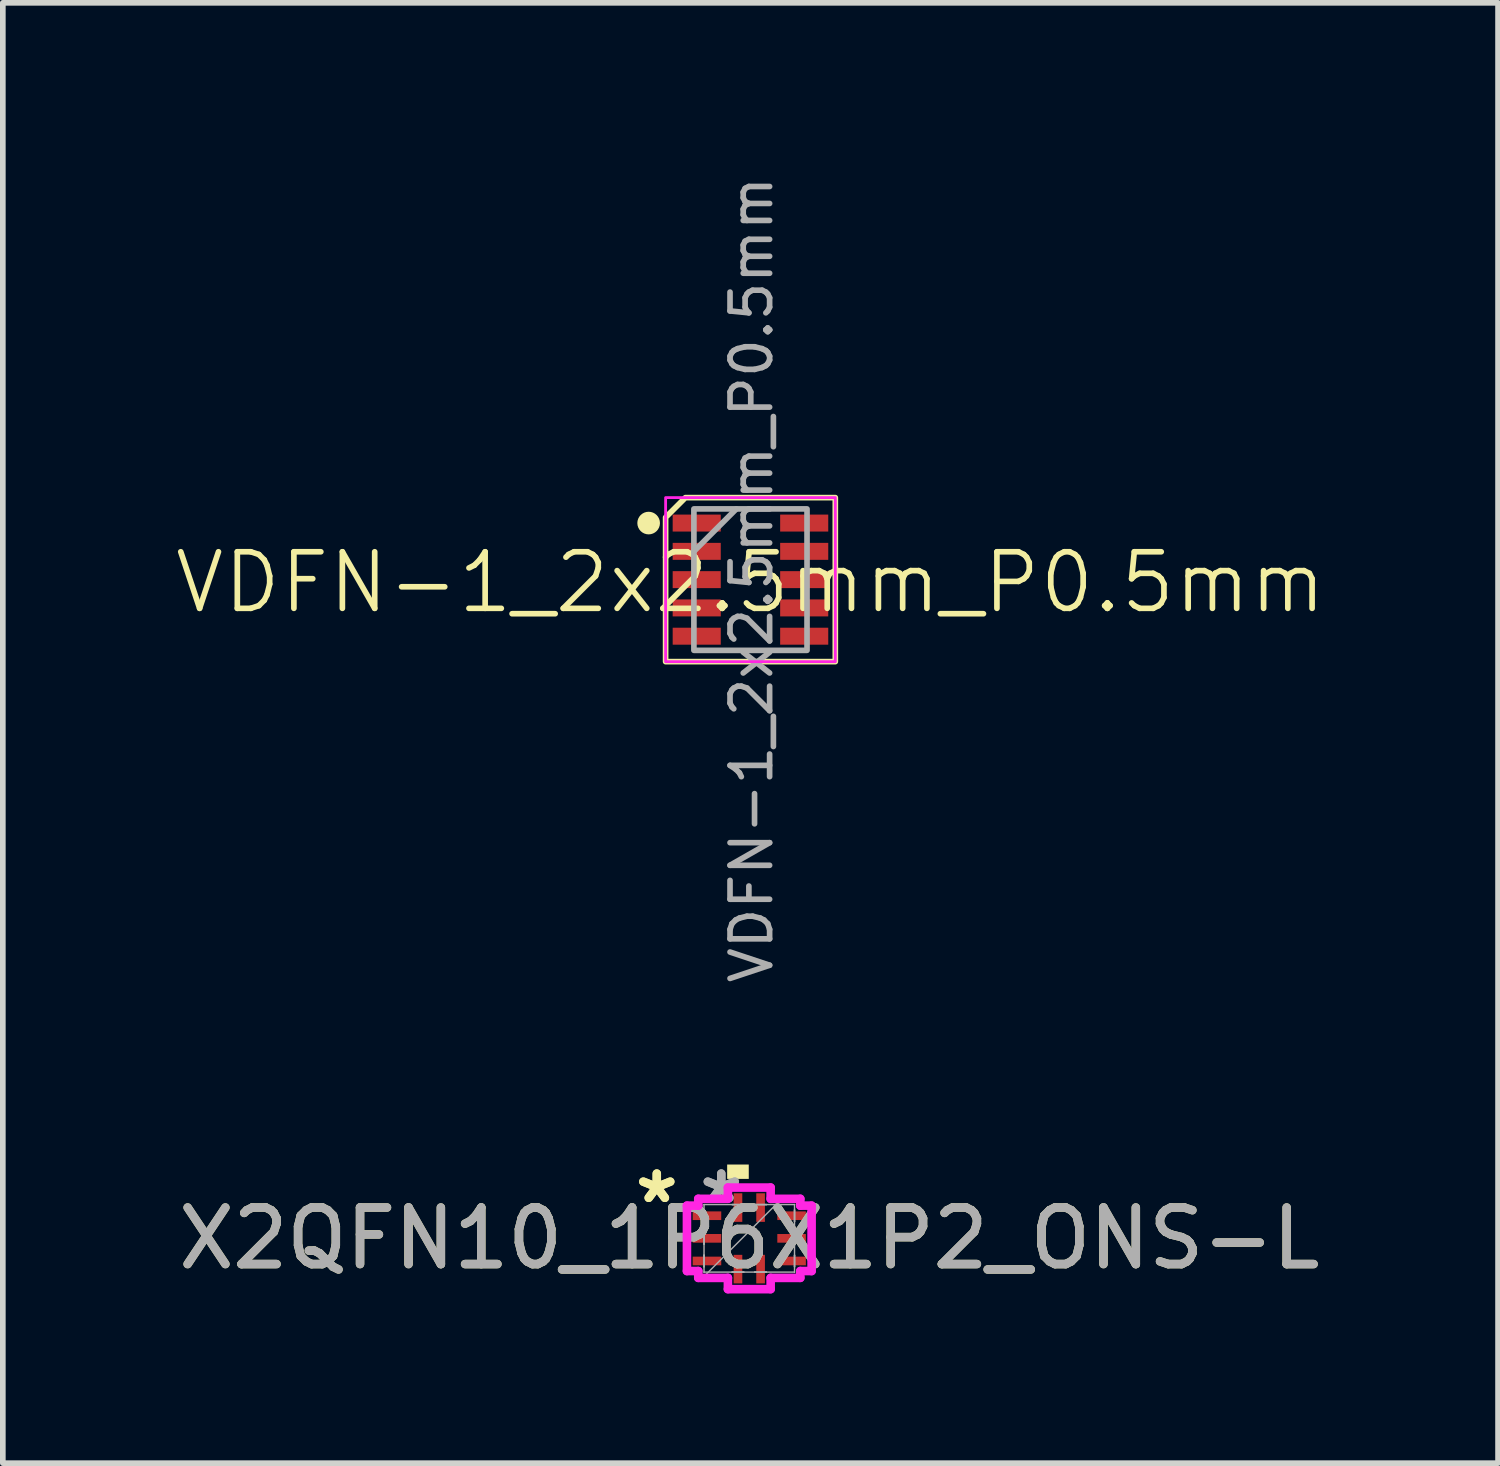
<source format=kicad_pcb>
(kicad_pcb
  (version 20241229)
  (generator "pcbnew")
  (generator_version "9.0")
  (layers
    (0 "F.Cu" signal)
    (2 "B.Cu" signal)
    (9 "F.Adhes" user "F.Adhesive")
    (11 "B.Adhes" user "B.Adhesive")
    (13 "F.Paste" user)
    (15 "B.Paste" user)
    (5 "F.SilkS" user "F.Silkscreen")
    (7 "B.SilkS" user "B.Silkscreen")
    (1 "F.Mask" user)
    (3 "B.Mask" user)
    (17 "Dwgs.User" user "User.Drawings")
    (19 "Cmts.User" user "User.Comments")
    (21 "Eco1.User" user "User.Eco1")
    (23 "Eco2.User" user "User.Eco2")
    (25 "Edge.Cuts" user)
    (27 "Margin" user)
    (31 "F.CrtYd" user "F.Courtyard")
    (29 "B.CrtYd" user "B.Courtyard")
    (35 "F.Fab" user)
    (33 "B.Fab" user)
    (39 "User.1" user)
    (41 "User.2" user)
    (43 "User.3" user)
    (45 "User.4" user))
  (footprint "X2QFN10_1P6X1P2_ONS-L"
    (layer "F.Cu")
    (at 10.196 18.842)
    (property "Reference" "X2QFN10_1P6X1P2_ONS-L" (at 0 0 0) (unlocked yes) (layer "F.SilkS") (effects (font (size 1 1) (thickness 0.15))))
    (attr smd)
    (fp_poly (pts (xy -0.391 -1.051) (xy -0.391 -1.305) (xy -0.009 -1.305) (xy -0.009 -1.051)) (stroke (width 0) (type solid)) (fill yes) (layer "F.SilkS"))
    (fp_line (start -1.102 -0.578) (end -0.902 -0.578) (stroke (width 0.152) (type solid)) (layer "F.CrtYd"))
    (fp_line (start -1.102 0.578) (end -1.102 -0.578) (stroke (width 0.152) (type solid)) (layer "F.CrtYd"))
    (fp_line (start -0.902 -0.699) (end -0.378 -0.699) (stroke (width 0.152) (type solid)) (layer "F.CrtYd"))
    (fp_line (start -0.902 -0.578) (end -0.902 -0.699) (stroke (width 0.152) (type solid)) (layer "F.CrtYd"))
    (fp_line (start -0.902 0.578) (end -1.102 0.578) (stroke (width 0.152) (type solid)) (layer "F.CrtYd"))
    (fp_line (start -0.902 0.699) (end -0.902 0.578) (stroke (width 0.152) (type solid)) (layer "F.CrtYd"))
    (fp_line (start -0.378 -0.898) (end 0.378 -0.898) (stroke (width 0.152) (type solid)) (layer "F.CrtYd"))
    (fp_line (start -0.378 -0.699) (end -0.378 -0.898) (stroke (width 0.152) (type solid)) (layer "F.CrtYd"))
    (fp_line (start -0.378 0.699) (end -0.902 0.699) (stroke (width 0.152) (type solid)) (layer "F.CrtYd"))
    (fp_line (start -0.378 0.898) (end -0.378 0.699) (stroke (width 0.152) (type solid)) (layer "F.CrtYd"))
    (fp_line (start 0.378 -0.898) (end 0.378 -0.699) (stroke (width 0.152) (type solid)) (layer "F.CrtYd"))
    (fp_line (start 0.378 -0.699) (end 0.902 -0.699) (stroke (width 0.152) (type solid)) (layer "F.CrtYd"))
    (fp_line (start 0.378 0.699) (end 0.378 0.898) (stroke (width 0.152) (type solid)) (layer "F.CrtYd"))
    (fp_line (start 0.378 0.898) (end -0.378 0.898) (stroke (width 0.152) (type solid)) (layer "F.CrtYd"))
    (fp_line (start 0.902 -0.699) (end 0.902 -0.578) (stroke (width 0.152) (type solid)) (layer "F.CrtYd"))
    (fp_line (start 0.902 -0.578) (end 1.102 -0.578) (stroke (width 0.152) (type solid)) (layer "F.CrtYd"))
    (fp_line (start 0.902 0.578) (end 0.902 0.699) (stroke (width 0.152) (type solid)) (layer "F.CrtYd"))
    (fp_line (start 0.902 0.699) (end 0.378 0.699) (stroke (width 0.152) (type solid)) (layer "F.CrtYd"))
    (fp_line (start 1.102 -0.578) (end 1.102 0.578) (stroke (width 0.152) (type solid)) (layer "F.CrtYd"))
    (fp_line (start 1.102 0.578) (end 0.902 0.578) (stroke (width 0.152) (type solid)) (layer "F.CrtYd"))
    (fp_line (start -0.8 -0.597) (end -0.8 -0.597) (stroke (width 0.025) (type solid)) (layer "F.Fab"))
    (fp_line (start -0.8 -0.597) (end -0.8 0.597) (stroke (width 0.025) (type solid)) (layer "F.Fab"))
    (fp_line (start -0.8 -0.502) (end -0.8 -0.502) (stroke (width 0.025) (type solid)) (layer "F.Fab"))
    (fp_line (start -0.8 -0.502) (end -0.8 -0.298) (stroke (width 0.025) (type solid)) (layer "F.Fab"))
    (fp_line (start -0.8 -0.298) (end -0.8 -0.502) (stroke (width 0.025) (type solid)) (layer "F.Fab"))
    (fp_line (start -0.8 -0.298) (end -0.8 -0.298) (stroke (width 0.025) (type solid)) (layer "F.Fab"))
    (fp_line (start -0.8 -0.102) (end -0.8 -0.102) (stroke (width 0.025) (type solid)) (layer "F.Fab"))
    (fp_line (start -0.8 -0.102) (end -0.8 0.102) (stroke (width 0.025) (type solid)) (layer "F.Fab"))
    (fp_line (start -0.8 0.102) (end -0.8 -0.102) (stroke (width 0.025) (type solid)) (layer "F.Fab"))
    (fp_line (start -0.8 0.102) (end -0.8 0.102) (stroke (width 0.025) (type solid)) (layer "F.Fab"))
    (fp_line (start -0.8 0.298) (end -0.8 0.298) (stroke (width 0.025) (type solid)) (layer "F.Fab"))
    (fp_line (start -0.8 0.298) (end -0.8 0.502) (stroke (width 0.025) (type solid)) (layer "F.Fab"))
    (fp_line (start -0.8 0.502) (end -0.8 0.298) (stroke (width 0.025) (type solid)) (layer "F.Fab"))
    (fp_line (start -0.8 0.502) (end -0.8 0.502) (stroke (width 0.025) (type solid)) (layer "F.Fab"))
    (fp_line (start -0.8 0.597) (end -0.8 0.597) (stroke (width 0.025) (type solid)) (layer "F.Fab"))
    (fp_line (start -0.8 0.597) (end 0.8 0.597) (stroke (width 0.025) (type solid)) (layer "F.Fab"))
    (fp_line (start -0.8 0.673) (end 0.47 -0.597) (stroke (width 0.025) (type solid)) (layer "F.Fab"))
    (fp_line (start -0.302 -0.597) (end -0.302 -0.597) (stroke (width 0.025) (type solid)) (layer "F.Fab"))
    (fp_line (start -0.302 -0.597) (end -0.098 -0.597) (stroke (width 0.025) (type solid)) (layer "F.Fab"))
    (fp_line (start -0.302 0.597) (end -0.302 0.597) (stroke (width 0.025) (type solid)) (layer "F.Fab"))
    (fp_line (start -0.302 0.597) (end -0.098 0.597) (stroke (width 0.025) (type solid)) (layer "F.Fab"))
    (fp_line (start -0.098 -0.597) (end -0.302 -0.597) (stroke (width 0.025) (type solid)) (layer "F.Fab"))
    (fp_line (start -0.098 -0.597) (end -0.098 -0.597) (stroke (width 0.025) (type solid)) (layer "F.Fab"))
    (fp_line (start -0.098 0.597) (end -0.302 0.597) (stroke (width 0.025) (type solid)) (layer "F.Fab"))
    (fp_line (start -0.098 0.597) (end -0.098 0.597) (stroke (width 0.025) (type solid)) (layer "F.Fab"))
    (fp_line (start 0.098 -0.597) (end 0.098 -0.597) (stroke (width 0.025) (type solid)) (layer "F.Fab"))
    (fp_line (start 0.098 -0.597) (end 0.302 -0.597) (stroke (width 0.025) (type solid)) (layer "F.Fab"))
    (fp_line (start 0.098 0.597) (end 0.098 0.597) (stroke (width 0.025) (type solid)) (layer "F.Fab"))
    (fp_line (start 0.098 0.597) (end 0.302 0.597) (stroke (width 0.025) (type solid)) (layer "F.Fab"))
    (fp_line (start 0.302 -0.597) (end 0.098 -0.597) (stroke (width 0.025) (type solid)) (layer "F.Fab"))
    (fp_line (start 0.302 -0.597) (end 0.302 -0.597) (stroke (width 0.025) (type solid)) (layer "F.Fab"))
    (fp_line (start 0.302 0.597) (end 0.098 0.597) (stroke (width 0.025) (type solid)) (layer "F.Fab"))
    (fp_line (start 0.302 0.597) (end 0.302 0.597) (stroke (width 0.025) (type solid)) (layer "F.Fab"))
    (fp_line (start 0.8 -0.597) (end -0.8 -0.597) (stroke (width 0.025) (type solid)) (layer "F.Fab"))
    (fp_line (start 0.8 -0.597) (end 0.8 -0.597) (stroke (width 0.025) (type solid)) (layer "F.Fab"))
    (fp_line (start 0.8 -0.502) (end 0.8 -0.502) (stroke (width 0.025) (type solid)) (layer "F.Fab"))
    (fp_line (start 0.8 -0.502) (end 0.8 -0.298) (stroke (width 0.025) (type solid)) (layer "F.Fab"))
    (fp_line (start 0.8 -0.298) (end 0.8 -0.502) (stroke (width 0.025) (type solid)) (layer "F.Fab"))
    (fp_line (start 0.8 -0.298) (end 0.8 -0.298) (stroke (width 0.025) (type solid)) (layer "F.Fab"))
    (fp_line (start 0.8 -0.102) (end 0.8 -0.102) (stroke (width 0.025) (type solid)) (layer "F.Fab"))
    (fp_line (start 0.8 -0.102) (end 0.8 0.102) (stroke (width 0.025) (type solid)) (layer "F.Fab"))
    (fp_line (start 0.8 0.102) (end 0.8 -0.102) (stroke (width 0.025) (type solid)) (layer "F.Fab"))
    (fp_line (start 0.8 0.102) (end 0.8 0.102) (stroke (width 0.025) (type solid)) (layer "F.Fab"))
    (fp_line (start 0.8 0.298) (end 0.8 0.298) (stroke (width 0.025) (type solid)) (layer "F.Fab"))
    (fp_line (start 0.8 0.298) (end 0.8 0.502) (stroke (width 0.025) (type solid)) (layer "F.Fab"))
    (fp_line (start 0.8 0.502) (end 0.8 0.298) (stroke (width 0.025) (type solid)) (layer "F.Fab"))
    (fp_line (start 0.8 0.502) (end 0.8 0.502) (stroke (width 0.025) (type solid)) (layer "F.Fab"))
    (fp_line (start 0.8 0.597) (end 0.8 -0.597) (stroke (width 0.025) (type solid)) (layer "F.Fab"))
    (fp_line (start 0.8 0.597) (end 0.8 0.597) (stroke (width 0.025) (type solid)) (layer "F.Fab"))
    (fp_text user "*" (at -1.635 -0.6 0) (layer "F.SilkS") (effects (font (size 1 1) (thickness 0.15))))
    (fp_text user "*" (at -1.635 -0.6 0) (unlocked yes) (layer "F.SilkS") (effects (font (size 1 1) (thickness 0.15))))
    (fp_text user "*" (at -0.495 -0.6 0) (unlocked yes) (layer "F.Fab") (effects (font (size 1 1) (thickness 0.15))))
    (fp_text user "*" (at -0.495 -0.6 0) (layer "F.Fab") (effects (font (size 1 1) (thickness 0.15))))
    (fp_text user "${REFERENCE}" (at 0 0 0) (unlocked yes) (layer "F.Fab") (effects (font (size 1 1) (thickness 0.15))))
    (pad "1" smd rect (at -0.748 0.4 90) (size 0.153 0.505) (layers "F.Cu" "F.Mask" "F.Paste"))
    (pad "2" smd rect (at -0.748 0 90) (size 0.153 0.505) (layers "F.Cu" "F.Mask" "F.Paste"))
    (pad "3" smd rect (at -0.748 -0.4 90) (size 0.153 0.505) (layers "F.Cu" "F.Mask" "F.Paste"))
    (pad "4" smd rect (at -0.2 -0.544) (size 0.153 0.505) (layers "F.Cu" "F.Mask" "F.Paste"))
    (pad "5" smd rect (at 0.2 -0.544) (size 0.153 0.505) (layers "F.Cu" "F.Mask" "F.Paste"))
    (pad "6" smd rect (at 0.748 -0.4 90) (size 0.153 0.505) (layers "F.Cu" "F.Mask" "F.Paste"))
    (pad "7" smd rect (at 0.748 0 90) (size 0.153 0.505) (layers "F.Cu" "F.Mask" "F.Paste"))
    (pad "8" smd rect (at 0.748 0.4 90) (size 0.153 0.505) (layers "F.Cu" "F.Mask" "F.Paste"))
    (pad "9" smd rect (at 0.2 0.544) (size 0.153 0.505) (layers "F.Cu" "F.Mask" "F.Paste"))
    (pad "10" smd rect (at -0.2 0.544) (size 0.153 0.505) (layers "F.Cu" "F.Mask" "F.Paste")))
  (footprint "VDFN-1_2x2.5mm_P0.5mm"
    (layer "F.Cu")
    (at 10.217 7.197)
    (property "Reference" "VDFN-1_2x2.5mm_P0.5mm" (at 0 0.05 0) (unlocked yes) (layer "F.SilkS") (effects (font (size 1 1) (thickness 0.1))))
    (attr smd)
    (fp_circle (center -1.8 -1) (end -1.65 -1) (stroke (width 0.1) (type solid)) (fill yes) (layer "F.SilkS"))
    (fp_poly (pts (xy -1.5 -1.1) (xy -1.15 -1.45) (xy 1.5 -1.45) (xy 1.5 1.45) (xy -1.5 1.45)) (stroke (width 0.1) (type solid)) (fill no) (layer "F.SilkS"))
    (fp_rect (start -1.5 -1.45) (end 1.5 1.45) (stroke (width 0.05) (type default)) (fill no) (layer "F.CrtYd"))
    (fp_line (start -1 -0.5) (end -0.25 -1.25) (stroke (width 0.1) (type default)) (layer "F.Fab"))
    (fp_rect (start -1 -1.25) (end 1 1.25) (stroke (width 0.1) (type default)) (fill no) (layer "F.Fab"))
    (fp_text user "${REFERENCE}" (at 0.02 0 90) (unlocked yes) (layer "F.Fab") (effects (font (size 0.7 0.7) (thickness 0.1))))
    (pad "1" smd rect (at -0.95 -1) (size 0.85 0.3) (layers "F.Cu" "F.Mask" "F.Paste"))
    (pad "2" smd rect (at -0.95 -0.5) (size 0.85 0.3) (layers "F.Cu" "F.Mask" "F.Paste"))
    (pad "3" smd rect (at -0.95 0) (size 0.85 0.3) (layers "F.Cu" "F.Mask" "F.Paste"))
    (pad "4" smd rect (at -0.95 0.5) (size 0.85 0.3) (layers "F.Cu" "F.Mask" "F.Paste"))
    (pad "5" smd rect (at -0.95 1) (size 0.85 0.3) (layers "F.Cu" "F.Mask" "F.Paste"))
    (pad "6" smd rect (at 0.95 1) (size 0.85 0.3) (layers "F.Cu" "F.Mask" "F.Paste"))
    (pad "7" smd rect (at 0.95 0.5) (size 0.85 0.3) (layers "F.Cu" "F.Mask" "F.Paste"))
    (pad "8" smd rect (at 0.95 0) (size 0.85 0.3) (layers "F.Cu" "F.Mask" "F.Paste"))
    (pad "9" smd rect (at 0.95 -0.5) (size 0.85 0.3) (layers "F.Cu" "F.Mask" "F.Paste"))
    (pad "10" smd rect (at 0.95 -1) (size 0.85 0.3) (layers "F.Cu" "F.Mask" "F.Paste")))
  (gr_rect
    (start -3 -3)
    (end 23.433 22.816)
    (stroke (width 0.1) (type default))
    (fill no)
    (layer "Edge.Cuts")))
</source>
